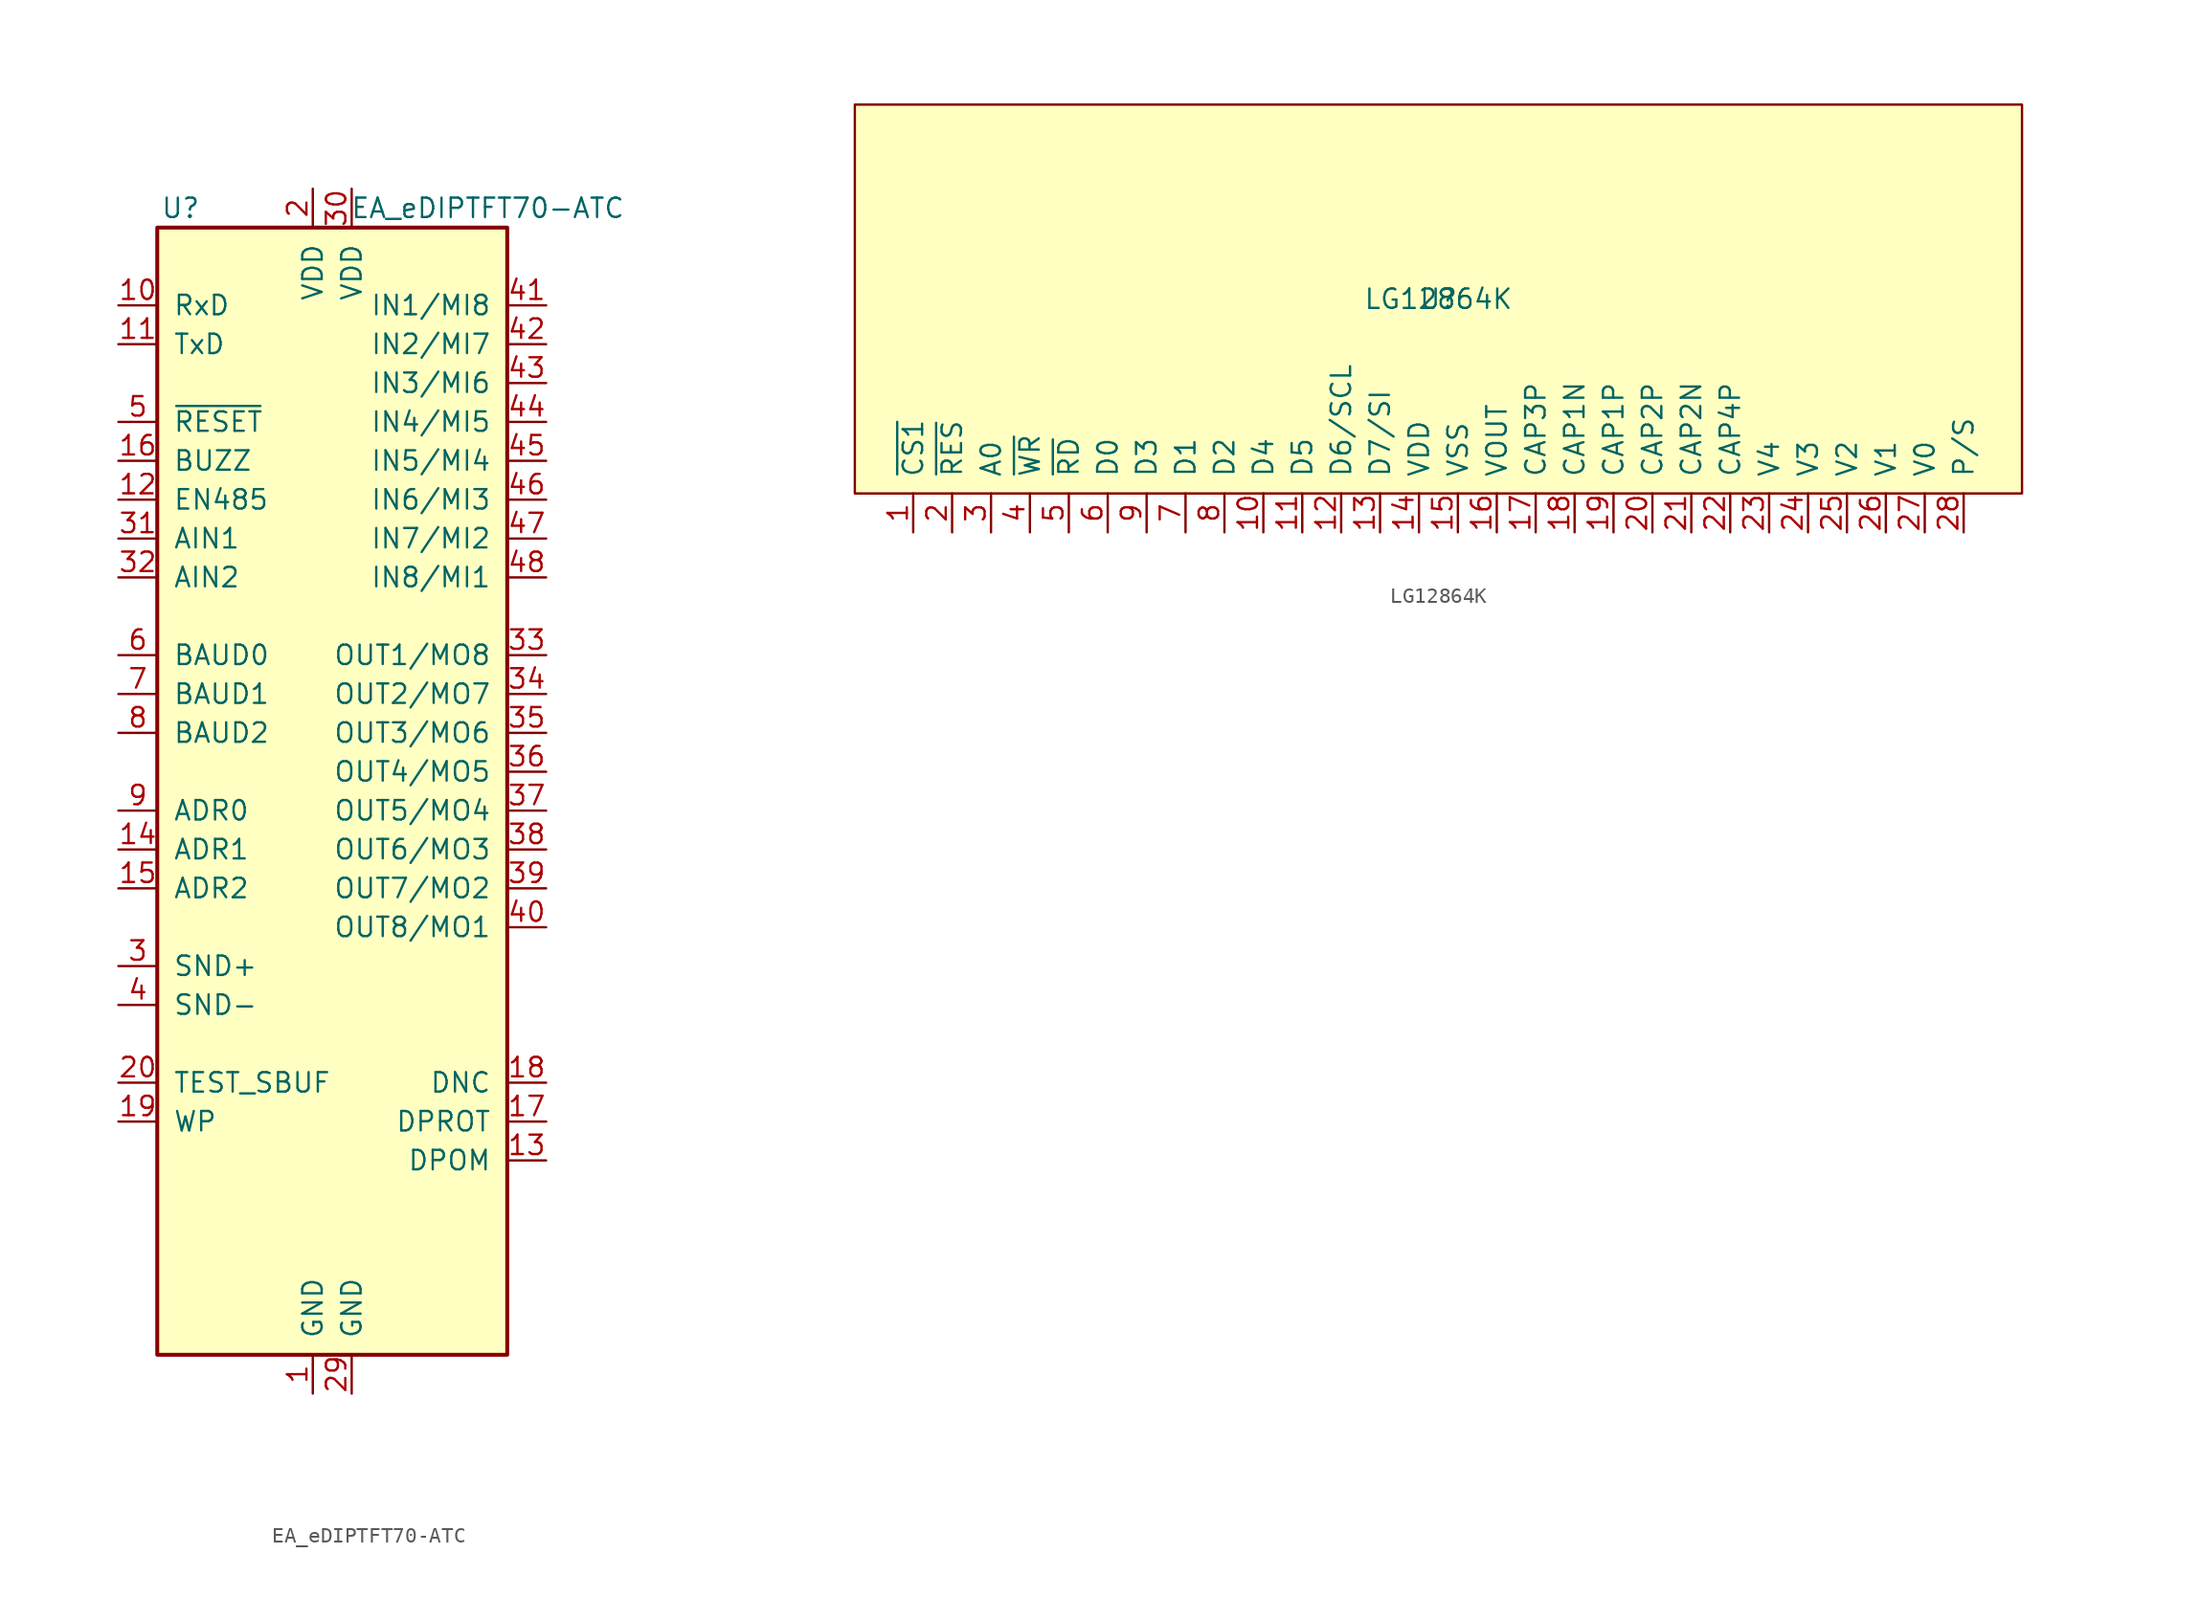
<source format=kicad_sym>
(kicad_symbol_lib
  (version 20201005)
  (generator kicad_symbol_editor)
  (symbol "EA_eDIPTFT70-ATC"
    (pin_names
      (offset 1.016))
    (property "Reference" "U"
      (at -8.636 36.83 0)
      (effects (font (size 1.27 1.27))))
    (property "Value" "EA_eDIPTFT70-ATC"
      (at 11.43 36.83 0)
      (effects (font (size 1.27 1.27))))
    (symbol "EA_eDIPTFT70-ATC_0_1"
      (rectangle (start -10.16 35.56) (end 12.7 -38.1) (stroke (width 0.254)) (fill (type background))))
    (symbol "EA_eDIPTFT70-ATC_1_1"
      (pin power_in line (at 0 -40.64 90) (length 2.54) (name "GND" (effects (font (size 1.27 1.27)))) (number "1" (effects (font (size 1.27 1.27)))))
      (pin input line (at -12.7 30.48 0) (length 2.54) (name "RxD" (effects (font (size 1.27 1.27)))) (number "10" (effects (font (size 1.27 1.27)))))
      (pin output line (at -12.7 27.94 0) (length 2.54) (name "TxD" (effects (font (size 1.27 1.27)))) (number "11" (effects (font (size 1.27 1.27)))))
      (pin output line (at -12.7 17.78 0) (length 2.54) (name "EN485" (effects (font (size 1.27 1.27)))) (number "12" (effects (font (size 1.27 1.27)))))
      (pin input line (at 15.24 -25.4 180) (length 2.54) (name "DPOM" (effects (font (size 1.27 1.27)))) (number "13" (effects (font (size 1.27 1.27)))))
      (pin input line (at -12.7 -5.08 0) (length 2.54) (name "ADR1" (effects (font (size 1.27 1.27)))) (number "14" (effects (font (size 1.27 1.27)))))
      (pin input line (at -12.7 -7.62 0) (length 2.54) (name "ADR2" (effects (font (size 1.27 1.27)))) (number "15" (effects (font (size 1.27 1.27)))))
      (pin output line (at -12.7 20.32 0) (length 2.54) (name "BUZZ" (effects (font (size 1.27 1.27)))) (number "16" (effects (font (size 1.27 1.27)))))
      (pin input line (at 15.24 -22.86 180) (length 2.54) (name "DPROT" (effects (font (size 1.27 1.27)))) (number "17" (effects (font (size 1.27 1.27)))))
      (pin output line (at 15.24 -20.32 180) (length 2.54) (name "DNC" (effects (font (size 1.27 1.27)))) (number "18" (effects (font (size 1.27 1.27)))))
      (pin input line (at -12.7 -22.86 0) (length 2.54) (name "WP" (effects (font (size 1.27 1.27)))) (number "19" (effects (font (size 1.27 1.27)))))
      (pin power_in line (at 0 38.1 270) (length 2.54) (name "VDD" (effects (font (size 1.27 1.27)))) (number "2" (effects (font (size 1.27 1.27)))))
      (pin bidirectional line (at -12.7 -20.32 0) (length 2.54) (name "TEST_SBUF" (effects (font (size 1.27 1.27)))) (number "20" (effects (font (size 1.27 1.27)))))
      (pin no_connect line (at -10.16 -27.94 0) (length 2.54) hide (name "NC" (effects (font (size 1.27 1.27)))) (number "21" (effects (font (size 1.27 1.27)))))
      (pin no_connect line (at -10.16 -30.48 0) (length 2.54) hide (name "NC" (effects (font (size 1.27 1.27)))) (number "22" (effects (font (size 1.27 1.27)))))
      (pin no_connect line (at -10.16 -33.02 0) (length 2.54) hide (name "NC" (effects (font (size 1.27 1.27)))) (number "23" (effects (font (size 1.27 1.27)))))
      (pin no_connect line (at -10.16 -35.56 0) (length 2.54) hide (name "NC" (effects (font (size 1.27 1.27)))) (number "24" (effects (font (size 1.27 1.27)))))
      (pin no_connect line (at 12.7 -35.56 180) (length 2.54) hide (name "NC" (effects (font (size 1.27 1.27)))) (number "25" (effects (font (size 1.27 1.27)))))
      (pin no_connect line (at 12.7 -33.02 180) (length 2.54) hide (name "NC" (effects (font (size 1.27 1.27)))) (number "26" (effects (font (size 1.27 1.27)))))
      (pin no_connect line (at 12.7 -30.48 180) (length 2.54) hide (name "NC" (effects (font (size 1.27 1.27)))) (number "27" (effects (font (size 1.27 1.27)))))
      (pin no_connect line (at 12.7 -27.94 180) (length 2.54) hide (name "NC" (effects (font (size 1.27 1.27)))) (number "28" (effects (font (size 1.27 1.27)))))
      (pin power_in line (at 2.54 -40.64 90) (length 2.54) (name "GND" (effects (font (size 1.27 1.27)))) (number "29" (effects (font (size 1.27 1.27)))))
      (pin output line (at -12.7 -12.7 0) (length 2.54) (name "SND+" (effects (font (size 1.27 1.27)))) (number "3" (effects (font (size 1.27 1.27)))))
      (pin power_in line (at 2.54 38.1 270) (length 2.54) (name "VDD" (effects (font (size 1.27 1.27)))) (number "30" (effects (font (size 1.27 1.27)))))
      (pin input line (at -12.7 15.24 0) (length 2.54) (name "AIN1" (effects (font (size 1.27 1.27)))) (number "31" (effects (font (size 1.27 1.27)))))
      (pin input line (at -12.7 12.7 0) (length 2.54) (name "AIN2" (effects (font (size 1.27 1.27)))) (number "32" (effects (font (size 1.27 1.27)))))
      (pin output line (at 15.24 7.62 180) (length 2.54) (name "OUT1/MO8" (effects (font (size 1.27 1.27)))) (number "33" (effects (font (size 1.27 1.27)))))
      (pin output line (at 15.24 5.08 180) (length 2.54) (name "OUT2/MO7" (effects (font (size 1.27 1.27)))) (number "34" (effects (font (size 1.27 1.27)))))
      (pin output line (at 15.24 2.54 180) (length 2.54) (name "OUT3/MO6" (effects (font (size 1.27 1.27)))) (number "35" (effects (font (size 1.27 1.27)))))
      (pin output line (at 15.24 0 180) (length 2.54) (name "OUT4/MO5" (effects (font (size 1.27 1.27)))) (number "36" (effects (font (size 1.27 1.27)))))
      (pin output line (at 15.24 -2.54 180) (length 2.54) (name "OUT5/MO4" (effects (font (size 1.27 1.27)))) (number "37" (effects (font (size 1.27 1.27)))))
      (pin output line (at 15.24 -5.08 180) (length 2.54) (name "OUT6/MO3" (effects (font (size 1.27 1.27)))) (number "38" (effects (font (size 1.27 1.27)))))
      (pin output line (at 15.24 -7.62 180) (length 2.54) (name "OUT7/MO2" (effects (font (size 1.27 1.27)))) (number "39" (effects (font (size 1.27 1.27)))))
      (pin input line (at -12.7 -15.24 0) (length 2.54) (name "SND-" (effects (font (size 1.27 1.27)))) (number "4" (effects (font (size 1.27 1.27)))))
      (pin output line (at 15.24 -10.16 180) (length 2.54) (name "OUT8/MO1" (effects (font (size 1.27 1.27)))) (number "40" (effects (font (size 1.27 1.27)))))
      (pin input line (at 15.24 30.48 180) (length 2.54) (name "IN1/MI8" (effects (font (size 1.27 1.27)))) (number "41" (effects (font (size 1.27 1.27)))))
      (pin input line (at 15.24 27.94 180) (length 2.54) (name "IN2/MI7" (effects (font (size 1.27 1.27)))) (number "42" (effects (font (size 1.27 1.27)))))
      (pin input line (at 15.24 25.4 180) (length 2.54) (name "IN3/MI6" (effects (font (size 1.27 1.27)))) (number "43" (effects (font (size 1.27 1.27)))))
      (pin input line (at 15.24 22.86 180) (length 2.54) (name "IN4/MI5" (effects (font (size 1.27 1.27)))) (number "44" (effects (font (size 1.27 1.27)))))
      (pin input line (at 15.24 20.32 180) (length 2.54) (name "IN5/MI4" (effects (font (size 1.27 1.27)))) (number "45" (effects (font (size 1.27 1.27)))))
      (pin input line (at 15.24 17.78 180) (length 2.54) (name "IN6/MI3" (effects (font (size 1.27 1.27)))) (number "46" (effects (font (size 1.27 1.27)))))
      (pin input line (at 15.24 15.24 180) (length 2.54) (name "IN7/MI2" (effects (font (size 1.27 1.27)))) (number "47" (effects (font (size 1.27 1.27)))))
      (pin input line (at 15.24 12.7 180) (length 2.54) (name "IN8/MI1" (effects (font (size 1.27 1.27)))) (number "48" (effects (font (size 1.27 1.27)))))
      (pin input line (at -12.7 22.86 0) (length 2.54) (name "~RESET" (effects (font (size 1.27 1.27)))) (number "5" (effects (font (size 1.27 1.27)))))
      (pin input line (at -12.7 7.62 0) (length 2.54) (name "BAUD0" (effects (font (size 1.27 1.27)))) (number "6" (effects (font (size 1.27 1.27)))))
      (pin input line (at -12.7 5.08 0) (length 2.54) (name "BAUD1" (effects (font (size 1.27 1.27)))) (number "7" (effects (font (size 1.27 1.27)))))
      (pin input line (at -12.7 2.54 0) (length 2.54) (name "BAUD2" (effects (font (size 1.27 1.27)))) (number "8" (effects (font (size 1.27 1.27)))))
      (pin input line (at -12.7 -2.54 0) (length 2.54) (name "ADR0" (effects (font (size 1.27 1.27)))) (number "9" (effects (font (size 1.27 1.27)))))))
  (symbol "LG12864K"
    (pin_names
      (offset 1.016))
    (property "Reference" "U"
      (at 0 0 0)
      (effects (font (size 1.27 1.27))))
    (property "Value" "LG12864K"
      (at 0 0 0)
      (effects (font (size 1.27 1.27))))
    (symbol "LG12864K_0_1"
      (rectangle (start -38.1 -12.7) (end 38.1 12.7) (stroke (width 0)) (fill (type background))))
    (symbol "LG12864K_1_1"
      (pin input line (at -34.29 -15.24 90) (length 2.54) (name "~CS1" (effects (font (size 1.27 1.27)))) (number "1" (effects (font (size 1.27 1.27)))))
      (pin input line (at -11.43 -15.24 90) (length 2.54) (name "D4" (effects (font (size 1.27 1.27)))) (number "10" (effects (font (size 1.27 1.27)))))
      (pin input line (at -8.89 -15.24 90) (length 2.54) (name "D5" (effects (font (size 1.27 1.27)))) (number "11" (effects (font (size 1.27 1.27)))))
      (pin input line (at -6.35 -15.24 90) (length 2.54) (name "D6/SCL" (effects (font (size 1.27 1.27)))) (number "12" (effects (font (size 1.27 1.27)))))
      (pin input line (at -3.81 -15.24 90) (length 2.54) (name "D7/SI" (effects (font (size 1.27 1.27)))) (number "13" (effects (font (size 1.27 1.27)))))
      (pin input line (at -1.27 -15.24 90) (length 2.54) (name "VDD" (effects (font (size 1.27 1.27)))) (number "14" (effects (font (size 1.27 1.27)))))
      (pin input line (at 1.27 -15.24 90) (length 2.54) (name "VSS" (effects (font (size 1.27 1.27)))) (number "15" (effects (font (size 1.27 1.27)))))
      (pin input line (at 3.81 -15.24 90) (length 2.54) (name "VOUT" (effects (font (size 1.27 1.27)))) (number "16" (effects (font (size 1.27 1.27)))))
      (pin input line (at 6.35 -15.24 90) (length 2.54) (name "CAP3P" (effects (font (size 1.27 1.27)))) (number "17" (effects (font (size 1.27 1.27)))))
      (pin input line (at 8.89 -15.24 90) (length 2.54) (name "CAP1N" (effects (font (size 1.27 1.27)))) (number "18" (effects (font (size 1.27 1.27)))))
      (pin input line (at 11.43 -15.24 90) (length 2.54) (name "CAP1P" (effects (font (size 1.27 1.27)))) (number "19" (effects (font (size 1.27 1.27)))))
      (pin input line (at -31.75 -15.24 90) (length 2.54) (name "~RES" (effects (font (size 1.27 1.27)))) (number "2" (effects (font (size 1.27 1.27)))))
      (pin input line (at 13.97 -15.24 90) (length 2.54) (name "CAP2P" (effects (font (size 1.27 1.27)))) (number "20" (effects (font (size 1.27 1.27)))))
      (pin input line (at 16.51 -15.24 90) (length 2.54) (name "CAP2N" (effects (font (size 1.27 1.27)))) (number "21" (effects (font (size 1.27 1.27)))))
      (pin input line (at 19.05 -15.24 90) (length 2.54) (name "CAP4P" (effects (font (size 1.27 1.27)))) (number "22" (effects (font (size 1.27 1.27)))))
      (pin input line (at 21.59 -15.24 90) (length 2.54) (name "V4" (effects (font (size 1.27 1.27)))) (number "23" (effects (font (size 1.27 1.27)))))
      (pin input line (at 24.13 -15.24 90) (length 2.54) (name "V3" (effects (font (size 1.27 1.27)))) (number "24" (effects (font (size 1.27 1.27)))))
      (pin input line (at 26.67 -15.24 90) (length 2.54) (name "V2" (effects (font (size 1.27 1.27)))) (number "25" (effects (font (size 1.27 1.27)))))
      (pin input line (at 29.21 -15.24 90) (length 2.54) (name "V1" (effects (font (size 1.27 1.27)))) (number "26" (effects (font (size 1.27 1.27)))))
      (pin input line (at 31.75 -15.24 90) (length 2.54) (name "V0" (effects (font (size 1.27 1.27)))) (number "27" (effects (font (size 1.27 1.27)))))
      (pin input line (at 34.29 -15.24 90) (length 2.54) (name "P/S" (effects (font (size 1.27 1.27)))) (number "28" (effects (font (size 1.27 1.27)))))
      (pin input line (at -29.21 -15.24 90) (length 2.54) (name "A0" (effects (font (size 1.27 1.27)))) (number "3" (effects (font (size 1.27 1.27)))))
      (pin input line (at -26.67 -15.24 90) (length 2.54) (name "~WR" (effects (font (size 1.27 1.27)))) (number "4" (effects (font (size 1.27 1.27)))))
      (pin input line (at -24.13 -15.24 90) (length 2.54) (name "~RD" (effects (font (size 1.27 1.27)))) (number "5" (effects (font (size 1.27 1.27)))))
      (pin input line (at -21.59 -15.24 90) (length 2.54) (name "D0" (effects (font (size 1.27 1.27)))) (number "6" (effects (font (size 1.27 1.27)))))
      (pin input line (at -16.51 -15.24 90) (length 2.54) (name "D1" (effects (font (size 1.27 1.27)))) (number "7" (effects (font (size 1.27 1.27)))))
      (pin input line (at -13.97 -15.24 90) (length 2.54) (name "D2" (effects (font (size 1.27 1.27)))) (number "8" (effects (font (size 1.27 1.27)))))
      (pin input line (at -19.05 -15.24 90) (length 2.54) (name "D3" (effects (font (size 1.27 1.27)))) (number "9" (effects (font (size 1.27 1.27))))))))
</source>
